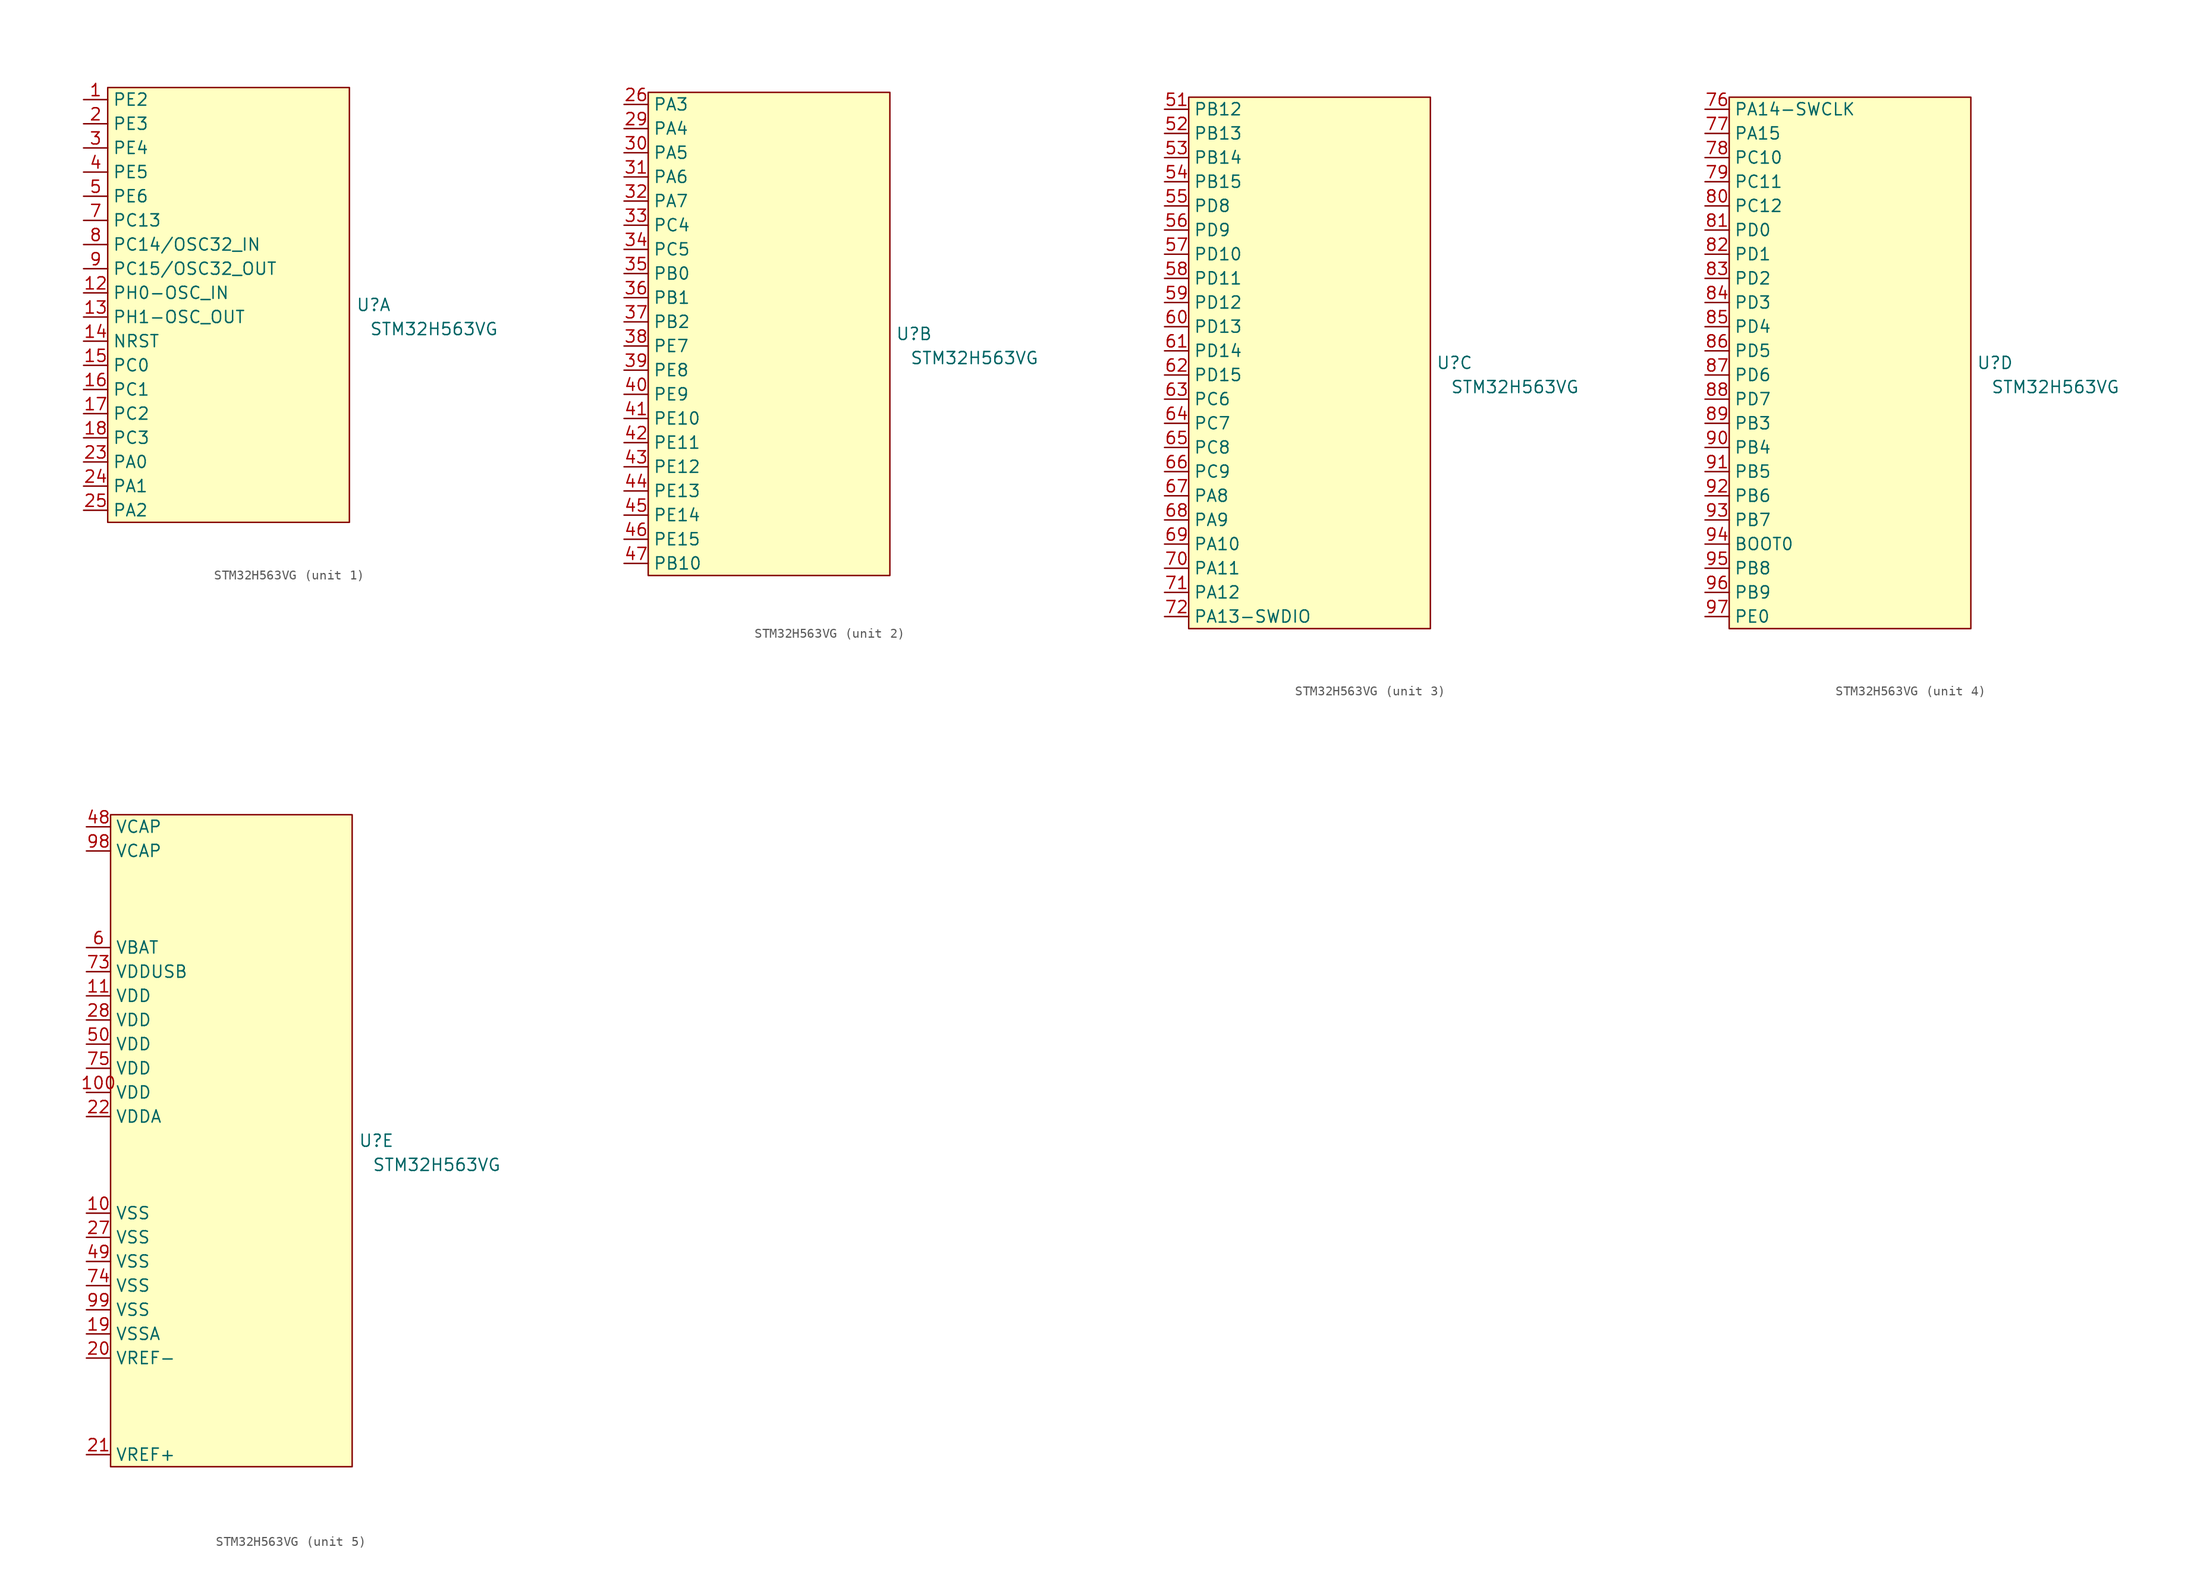
<source format=kicad_sym>
(kicad_symbol_lib
  (version 20231120)
  (generator "kicad_symbol_editor")
  (generator_version "8.0")
  (symbol "STM32H563VG"
    (property "Reference" "U"
      (at 27.94 0 0)
      (effects (font (size 1.27 1.27))))
    (property "Value" "STM32H563VG"
      (at 34.29 -2.54 0)
      (effects (font (size 1.27 1.27))))
    (property "ki_locked" ""
      (at 0 0 0)
      (effects (font (size 1.27 1.27))))
    (symbol "STM32H563VG_1_0"
      (pin unspecified line (at -2.54 21.59 0) (length 2.54) (name "PE2" (effects (font (size 1.27 1.27)))) (number "1" (effects (font (size 1.27 1.27)))))
      (pin unspecified line (at -2.54 1.27 0) (length 2.54) (name "PH0-OSC_IN" (effects (font (size 1.27 1.27)))) (number "12" (effects (font (size 1.27 1.27)))))
      (pin unspecified line (at -2.54 -1.27 0) (length 2.54) (name "PH1-OSC_OUT" (effects (font (size 1.27 1.27)))) (number "13" (effects (font (size 1.27 1.27)))))
      (pin unspecified line (at -2.54 -3.81 0) (length 2.54) (name "NRST" (effects (font (size 1.27 1.27)))) (number "14" (effects (font (size 1.27 1.27)))))
      (pin unspecified line (at -2.54 -6.35 0) (length 2.54) (name "PC0" (effects (font (size 1.27 1.27)))) (number "15" (effects (font (size 1.27 1.27)))))
      (pin unspecified line (at -2.54 -8.89 0) (length 2.54) (name "PC1" (effects (font (size 1.27 1.27)))) (number "16" (effects (font (size 1.27 1.27)))))
      (pin unspecified line (at -2.54 -11.43 0) (length 2.54) (name "PC2" (effects (font (size 1.27 1.27)))) (number "17" (effects (font (size 1.27 1.27)))))
      (pin unspecified line (at -2.54 -13.97 0) (length 2.54) (name "PC3" (effects (font (size 1.27 1.27)))) (number "18" (effects (font (size 1.27 1.27)))))
      (pin unspecified line (at -2.54 19.05 0) (length 2.54) (name "PE3" (effects (font (size 1.27 1.27)))) (number "2" (effects (font (size 1.27 1.27)))))
      (pin unspecified line (at -2.54 -16.51 0) (length 2.54) (name "PA0" (effects (font (size 1.27 1.27)))) (number "23" (effects (font (size 1.27 1.27)))))
      (pin unspecified line (at -2.54 -19.05 0) (length 2.54) (name "PA1" (effects (font (size 1.27 1.27)))) (number "24" (effects (font (size 1.27 1.27)))))
      (pin unspecified line (at -2.54 -21.59 0) (length 2.54) (name "PA2" (effects (font (size 1.27 1.27)))) (number "25" (effects (font (size 1.27 1.27)))))
      (pin unspecified line (at -2.54 16.51 0) (length 2.54) (name "PE4" (effects (font (size 1.27 1.27)))) (number "3" (effects (font (size 1.27 1.27)))))
      (pin unspecified line (at -2.54 13.97 0) (length 2.54) (name "PE5" (effects (font (size 1.27 1.27)))) (number "4" (effects (font (size 1.27 1.27)))))
      (pin unspecified line (at -2.54 11.43 0) (length 2.54) (name "PE6" (effects (font (size 1.27 1.27)))) (number "5" (effects (font (size 1.27 1.27)))))
      (pin unspecified line (at -2.54 8.89 0) (length 2.54) (name "PC13" (effects (font (size 1.27 1.27)))) (number "7" (effects (font (size 1.27 1.27)))))
      (pin unspecified line (at -2.54 6.35 0) (length 2.54) (name "PC14/OSC32_IN" (effects (font (size 1.27 1.27)))) (number "8" (effects (font (size 1.27 1.27)))))
      (pin unspecified line (at -2.54 3.81 0) (length 2.54) (name "PC15/OSC32_OUT" (effects (font (size 1.27 1.27)))) (number "9" (effects (font (size 1.27 1.27))))))
    (symbol "STM32H563VG_1_1"
      (rectangle (start 0 22.86) (end 25.4 -22.86) (stroke (width 0) (type default)) (fill (type background))))
    (symbol "STM32H563VG_2_0"
      (pin unspecified line (at -2.54 24.13 0) (length 2.54) (name "PA3" (effects (font (size 1.27 1.27)))) (number "26" (effects (font (size 1.27 1.27)))))
      (pin unspecified line (at -2.54 21.59 0) (length 2.54) (name "PA4" (effects (font (size 1.27 1.27)))) (number "29" (effects (font (size 1.27 1.27)))))
      (pin unspecified line (at -2.54 19.05 0) (length 2.54) (name "PA5" (effects (font (size 1.27 1.27)))) (number "30" (effects (font (size 1.27 1.27)))))
      (pin unspecified line (at -2.54 16.51 0) (length 2.54) (name "PA6" (effects (font (size 1.27 1.27)))) (number "31" (effects (font (size 1.27 1.27)))))
      (pin unspecified line (at -2.54 13.97 0) (length 2.54) (name "PA7" (effects (font (size 1.27 1.27)))) (number "32" (effects (font (size 1.27 1.27)))))
      (pin unspecified line (at -2.54 11.43 0) (length 2.54) (name "PC4" (effects (font (size 1.27 1.27)))) (number "33" (effects (font (size 1.27 1.27)))))
      (pin unspecified line (at -2.54 8.89 0) (length 2.54) (name "PC5" (effects (font (size 1.27 1.27)))) (number "34" (effects (font (size 1.27 1.27)))))
      (pin unspecified line (at -2.54 6.35 0) (length 2.54) (name "PB0" (effects (font (size 1.27 1.27)))) (number "35" (effects (font (size 1.27 1.27)))))
      (pin unspecified line (at -2.54 3.81 0) (length 2.54) (name "PB1" (effects (font (size 1.27 1.27)))) (number "36" (effects (font (size 1.27 1.27)))))
      (pin unspecified line (at -2.54 1.27 0) (length 2.54) (name "PB2" (effects (font (size 1.27 1.27)))) (number "37" (effects (font (size 1.27 1.27)))))
      (pin unspecified line (at -2.54 -1.27 0) (length 2.54) (name "PE7" (effects (font (size 1.27 1.27)))) (number "38" (effects (font (size 1.27 1.27)))))
      (pin unspecified line (at -2.54 -3.81 0) (length 2.54) (name "PE8" (effects (font (size 1.27 1.27)))) (number "39" (effects (font (size 1.27 1.27)))))
      (pin unspecified line (at -2.54 -6.35 0) (length 2.54) (name "PE9" (effects (font (size 1.27 1.27)))) (number "40" (effects (font (size 1.27 1.27)))))
      (pin unspecified line (at -2.54 -8.89 0) (length 2.54) (name "PE10" (effects (font (size 1.27 1.27)))) (number "41" (effects (font (size 1.27 1.27)))))
      (pin unspecified line (at -2.54 -11.43 0) (length 2.54) (name "PE11" (effects (font (size 1.27 1.27)))) (number "42" (effects (font (size 1.27 1.27)))))
      (pin unspecified line (at -2.54 -13.97 0) (length 2.54) (name "PE12" (effects (font (size 1.27 1.27)))) (number "43" (effects (font (size 1.27 1.27)))))
      (pin unspecified line (at -2.54 -16.51 0) (length 2.54) (name "PE13" (effects (font (size 1.27 1.27)))) (number "44" (effects (font (size 1.27 1.27)))))
      (pin unspecified line (at -2.54 -19.05 0) (length 2.54) (name "PE14" (effects (font (size 1.27 1.27)))) (number "45" (effects (font (size 1.27 1.27)))))
      (pin unspecified line (at -2.54 -21.59 0) (length 2.54) (name "PE15" (effects (font (size 1.27 1.27)))) (number "46" (effects (font (size 1.27 1.27)))))
      (pin unspecified line (at -2.54 -24.13 0) (length 2.54) (name "PB10" (effects (font (size 1.27 1.27)))) (number "47" (effects (font (size 1.27 1.27))))))
    (symbol "STM32H563VG_2_1"
      (rectangle (start 0 25.4) (end 25.4 -25.4) (stroke (width 0) (type default)) (fill (type background))))
    (symbol "STM32H563VG_3_0"
      (pin unspecified line (at -2.54 26.67 0) (length 2.54) (name "PB12" (effects (font (size 1.27 1.27)))) (number "51" (effects (font (size 1.27 1.27)))))
      (pin unspecified line (at -2.54 24.13 0) (length 2.54) (name "PB13" (effects (font (size 1.27 1.27)))) (number "52" (effects (font (size 1.27 1.27)))))
      (pin unspecified line (at -2.54 21.59 0) (length 2.54) (name "PB14" (effects (font (size 1.27 1.27)))) (number "53" (effects (font (size 1.27 1.27)))))
      (pin unspecified line (at -2.54 19.05 0) (length 2.54) (name "PB15" (effects (font (size 1.27 1.27)))) (number "54" (effects (font (size 1.27 1.27)))))
      (pin unspecified line (at -2.54 16.51 0) (length 2.54) (name "PD8" (effects (font (size 1.27 1.27)))) (number "55" (effects (font (size 1.27 1.27)))))
      (pin unspecified line (at -2.54 13.97 0) (length 2.54) (name "PD9" (effects (font (size 1.27 1.27)))) (number "56" (effects (font (size 1.27 1.27)))))
      (pin unspecified line (at -2.54 11.43 0) (length 2.54) (name "PD10" (effects (font (size 1.27 1.27)))) (number "57" (effects (font (size 1.27 1.27)))))
      (pin unspecified line (at -2.54 8.89 0) (length 2.54) (name "PD11" (effects (font (size 1.27 1.27)))) (number "58" (effects (font (size 1.27 1.27)))))
      (pin unspecified line (at -2.54 6.35 0) (length 2.54) (name "PD12" (effects (font (size 1.27 1.27)))) (number "59" (effects (font (size 1.27 1.27)))))
      (pin unspecified line (at -2.54 3.81 0) (length 2.54) (name "PD13" (effects (font (size 1.27 1.27)))) (number "60" (effects (font (size 1.27 1.27)))))
      (pin unspecified line (at -2.54 1.27 0) (length 2.54) (name "PD14" (effects (font (size 1.27 1.27)))) (number "61" (effects (font (size 1.27 1.27)))))
      (pin unspecified line (at -2.54 -1.27 0) (length 2.54) (name "PD15" (effects (font (size 1.27 1.27)))) (number "62" (effects (font (size 1.27 1.27)))))
      (pin unspecified line (at -2.54 -3.81 0) (length 2.54) (name "PC6" (effects (font (size 1.27 1.27)))) (number "63" (effects (font (size 1.27 1.27)))))
      (pin unspecified line (at -2.54 -6.35 0) (length 2.54) (name "PC7" (effects (font (size 1.27 1.27)))) (number "64" (effects (font (size 1.27 1.27)))))
      (pin unspecified line (at -2.54 -8.89 0) (length 2.54) (name "PC8" (effects (font (size 1.27 1.27)))) (number "65" (effects (font (size 1.27 1.27)))))
      (pin unspecified line (at -2.54 -11.43 0) (length 2.54) (name "PC9" (effects (font (size 1.27 1.27)))) (number "66" (effects (font (size 1.27 1.27)))))
      (pin unspecified line (at -2.54 -13.97 0) (length 2.54) (name "PA8" (effects (font (size 1.27 1.27)))) (number "67" (effects (font (size 1.27 1.27)))))
      (pin unspecified line (at -2.54 -16.51 0) (length 2.54) (name "PA9" (effects (font (size 1.27 1.27)))) (number "68" (effects (font (size 1.27 1.27)))))
      (pin unspecified line (at -2.54 -19.05 0) (length 2.54) (name "PA10" (effects (font (size 1.27 1.27)))) (number "69" (effects (font (size 1.27 1.27)))))
      (pin unspecified line (at -2.54 -21.59 0) (length 2.54) (name "PA11" (effects (font (size 1.27 1.27)))) (number "70" (effects (font (size 1.27 1.27)))))
      (pin unspecified line (at -2.54 -24.13 0) (length 2.54) (name "PA12" (effects (font (size 1.27 1.27)))) (number "71" (effects (font (size 1.27 1.27)))))
      (pin unspecified line (at -2.54 -26.67 0) (length 2.54) (name "PA13-SWDIO" (effects (font (size 1.27 1.27)))) (number "72" (effects (font (size 1.27 1.27))))))
    (symbol "STM32H563VG_3_1"
      (rectangle (start 0 27.94) (end 25.4 -27.94) (stroke (width 0) (type default)) (fill (type background))))
    (symbol "STM32H563VG_4_0"
      (pin unspecified line (at -2.54 26.67 0) (length 2.54) (name "PA14-SWCLK" (effects (font (size 1.27 1.27)))) (number "76" (effects (font (size 1.27 1.27)))))
      (pin unspecified line (at -2.54 24.13 0) (length 2.54) (name "PA15" (effects (font (size 1.27 1.27)))) (number "77" (effects (font (size 1.27 1.27)))))
      (pin unspecified line (at -2.54 21.59 0) (length 2.54) (name "PC10" (effects (font (size 1.27 1.27)))) (number "78" (effects (font (size 1.27 1.27)))))
      (pin unspecified line (at -2.54 19.05 0) (length 2.54) (name "PC11" (effects (font (size 1.27 1.27)))) (number "79" (effects (font (size 1.27 1.27)))))
      (pin unspecified line (at -2.54 16.51 0) (length 2.54) (name "PC12" (effects (font (size 1.27 1.27)))) (number "80" (effects (font (size 1.27 1.27)))))
      (pin unspecified line (at -2.54 13.97 0) (length 2.54) (name "PD0" (effects (font (size 1.27 1.27)))) (number "81" (effects (font (size 1.27 1.27)))))
      (pin unspecified line (at -2.54 11.43 0) (length 2.54) (name "PD1" (effects (font (size 1.27 1.27)))) (number "82" (effects (font (size 1.27 1.27)))))
      (pin unspecified line (at -2.54 8.89 0) (length 2.54) (name "PD2" (effects (font (size 1.27 1.27)))) (number "83" (effects (font (size 1.27 1.27)))))
      (pin unspecified line (at -2.54 6.35 0) (length 2.54) (name "PD3" (effects (font (size 1.27 1.27)))) (number "84" (effects (font (size 1.27 1.27)))))
      (pin unspecified line (at -2.54 3.81 0) (length 2.54) (name "PD4" (effects (font (size 1.27 1.27)))) (number "85" (effects (font (size 1.27 1.27)))))
      (pin unspecified line (at -2.54 1.27 0) (length 2.54) (name "PD5" (effects (font (size 1.27 1.27)))) (number "86" (effects (font (size 1.27 1.27)))))
      (pin unspecified line (at -2.54 -1.27 0) (length 2.54) (name "PD6" (effects (font (size 1.27 1.27)))) (number "87" (effects (font (size 1.27 1.27)))))
      (pin unspecified line (at -2.54 -3.81 0) (length 2.54) (name "PD7" (effects (font (size 1.27 1.27)))) (number "88" (effects (font (size 1.27 1.27)))))
      (pin unspecified line (at -2.54 -6.35 0) (length 2.54) (name "PB3" (effects (font (size 1.27 1.27)))) (number "89" (effects (font (size 1.27 1.27)))))
      (pin unspecified line (at -2.54 -8.89 0) (length 2.54) (name "PB4" (effects (font (size 1.27 1.27)))) (number "90" (effects (font (size 1.27 1.27)))))
      (pin unspecified line (at -2.54 -11.43 0) (length 2.54) (name "PB5" (effects (font (size 1.27 1.27)))) (number "91" (effects (font (size 1.27 1.27)))))
      (pin unspecified line (at -2.54 -13.97 0) (length 2.54) (name "PB6" (effects (font (size 1.27 1.27)))) (number "92" (effects (font (size 1.27 1.27)))))
      (pin unspecified line (at -2.54 -16.51 0) (length 2.54) (name "PB7" (effects (font (size 1.27 1.27)))) (number "93" (effects (font (size 1.27 1.27)))))
      (pin unspecified line (at -2.54 -19.05 0) (length 2.54) (name "BOOT0" (effects (font (size 1.27 1.27)))) (number "94" (effects (font (size 1.27 1.27)))))
      (pin unspecified line (at -2.54 -21.59 0) (length 2.54) (name "PB8" (effects (font (size 1.27 1.27)))) (number "95" (effects (font (size 1.27 1.27)))))
      (pin unspecified line (at -2.54 -24.13 0) (length 2.54) (name "PB9" (effects (font (size 1.27 1.27)))) (number "96" (effects (font (size 1.27 1.27)))))
      (pin unspecified line (at -2.54 -26.67 0) (length 2.54) (name "PE0" (effects (font (size 1.27 1.27)))) (number "97" (effects (font (size 1.27 1.27))))))
    (symbol "STM32H563VG_4_1"
      (rectangle (start 0 27.94) (end 25.4 -27.94) (stroke (width 0) (type default)) (fill (type background))))
    (symbol "STM32H563VG_5_0"
      (pin unspecified line (at -2.54 -7.62 0) (length 2.54) (name "VSS" (effects (font (size 1.27 1.27)))) (number "10" (effects (font (size 1.27 1.27)))))
      (pin unspecified line (at -2.54 5.08 0) (length 2.54) (name "VDD" (effects (font (size 1.27 1.27)))) (number "100" (effects (font (size 1.27 1.27)))))
      (pin unspecified line (at -2.54 15.24 0) (length 2.54) (name "VDD" (effects (font (size 1.27 1.27)))) (number "11" (effects (font (size 1.27 1.27)))))
      (pin unspecified line (at -2.54 -20.32 0) (length 2.54) (name "VSSA" (effects (font (size 1.27 1.27)))) (number "19" (effects (font (size 1.27 1.27)))))
      (pin unspecified line (at -2.54 -22.86 0) (length 2.54) (name "VREF-" (effects (font (size 1.27 1.27)))) (number "20" (effects (font (size 1.27 1.27)))))
      (pin unspecified line (at -2.54 -33.02 0) (length 2.54) (name "VREF+" (effects (font (size 1.27 1.27)))) (number "21" (effects (font (size 1.27 1.27)))))
      (pin unspecified line (at -2.54 2.54 0) (length 2.54) (name "VDDA" (effects (font (size 1.27 1.27)))) (number "22" (effects (font (size 1.27 1.27)))))
      (pin unspecified line (at -2.54 -10.16 0) (length 2.54) (name "VSS" (effects (font (size 1.27 1.27)))) (number "27" (effects (font (size 1.27 1.27)))))
      (pin unspecified line (at -2.54 12.7 0) (length 2.54) (name "VDD" (effects (font (size 1.27 1.27)))) (number "28" (effects (font (size 1.27 1.27)))))
      (pin unspecified line (at -2.54 33.02 0) (length 2.54) (name "VCAP" (effects (font (size 1.27 1.27)))) (number "48" (effects (font (size 1.27 1.27)))))
      (pin unspecified line (at -2.54 -12.7 0) (length 2.54) (name "VSS" (effects (font (size 1.27 1.27)))) (number "49" (effects (font (size 1.27 1.27)))))
      (pin unspecified line (at -2.54 10.16 0) (length 2.54) (name "VDD" (effects (font (size 1.27 1.27)))) (number "50" (effects (font (size 1.27 1.27)))))
      (pin unspecified line (at -2.54 20.32 0) (length 2.54) (name "VBAT" (effects (font (size 1.27 1.27)))) (number "6" (effects (font (size 1.27 1.27)))))
      (pin unspecified line (at -2.54 17.78 0) (length 2.54) (name "VDDUSB" (effects (font (size 1.27 1.27)))) (number "73" (effects (font (size 1.27 1.27)))))
      (pin unspecified line (at -2.54 -15.24 0) (length 2.54) (name "VSS" (effects (font (size 1.27 1.27)))) (number "74" (effects (font (size 1.27 1.27)))))
      (pin unspecified line (at -2.54 7.62 0) (length 2.54) (name "VDD" (effects (font (size 1.27 1.27)))) (number "75" (effects (font (size 1.27 1.27)))))
      (pin unspecified line (at -2.54 30.48 0) (length 2.54) (name "VCAP" (effects (font (size 1.27 1.27)))) (number "98" (effects (font (size 1.27 1.27)))))
      (pin unspecified line (at -2.54 -17.78 0) (length 2.54) (name "VSS" (effects (font (size 1.27 1.27)))) (number "99" (effects (font (size 1.27 1.27))))))
    (symbol "STM32H563VG_5_1"
      (rectangle (start 0 34.29) (end 25.4 -34.29) (stroke (width 0) (type default)) (fill (type background))))))
</source>
